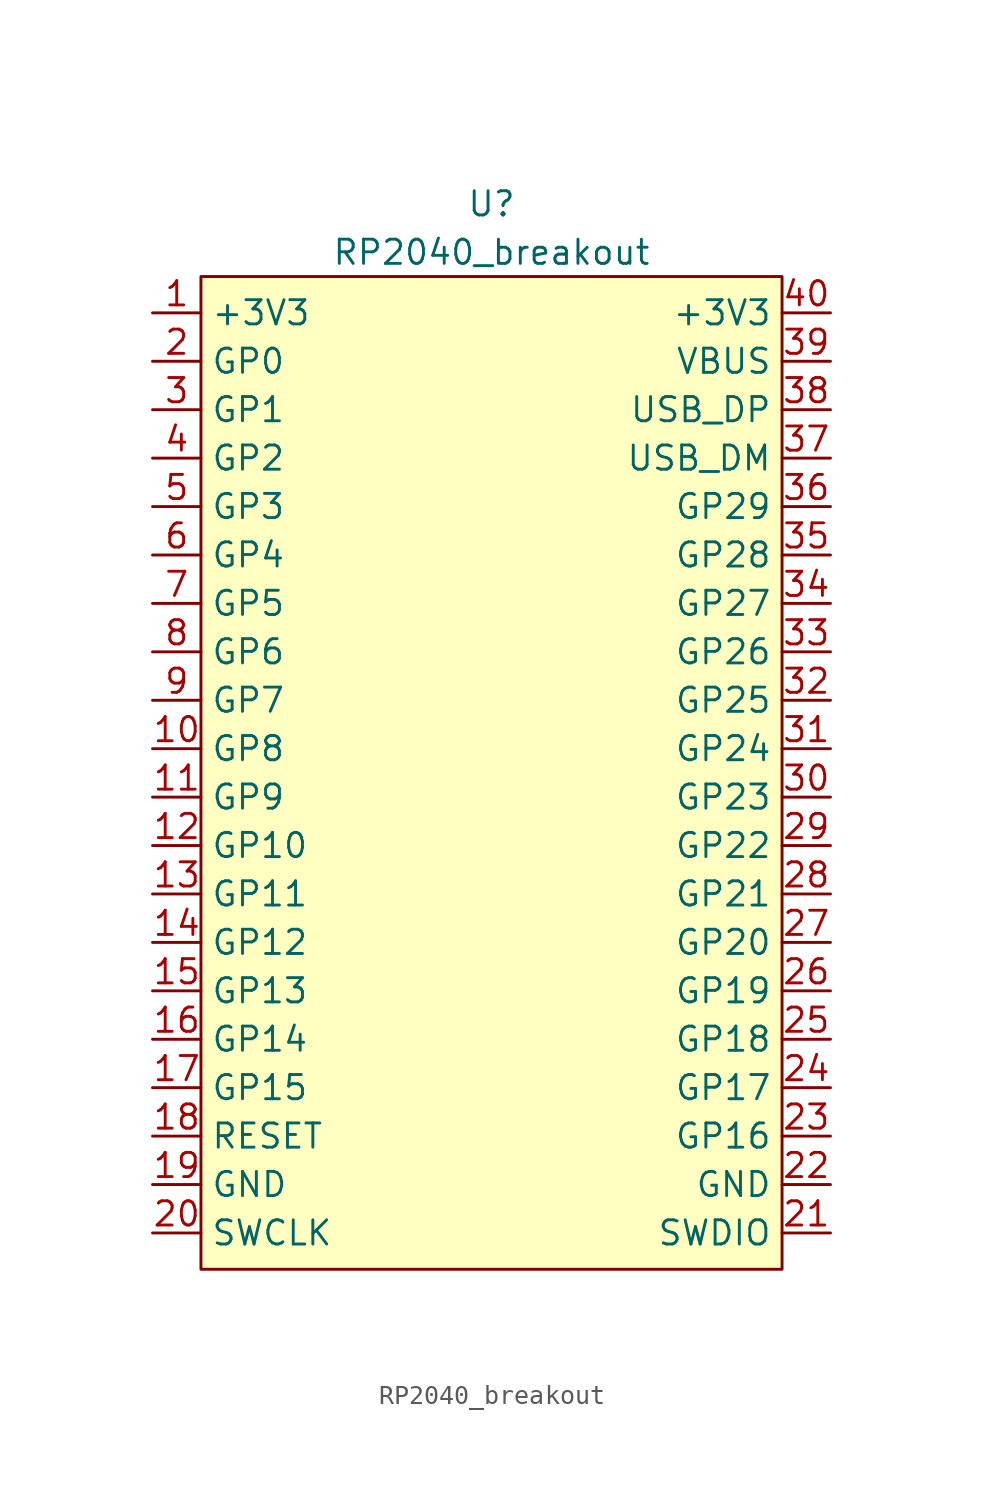
<source format=kicad_sym>
(kicad_symbol_lib
  (version 20211014)
  (generator kicad_symbol_editor)
  (symbol "RP2040_breakout"
    (property "Reference" "U"
      (at 0 34.925 0)
      (effects (font (size 1.27 1.27))))
    (property "Value" "RP2040_breakout"
      (at 0 32.385 0)
      (effects (font (size 1.27 1.27))))
    (symbol "RP2040_breakout_0_1"
      (rectangle (start -15.24 31.115) (end 15.24 -20.955) (stroke (width 0) (type default) (color 0 0 0 0)) (fill (type background))))
    (symbol "RP2040_breakout_1_1"
      (pin power_in line (at -17.78 29.21 0) (length 2.54) (name "+3V3" (effects (font (size 1.27 1.27)))) (number "1" (effects (font (size 1.27 1.27)))))
      (pin bidirectional line (at -17.78 6.35 0) (length 2.54) (name "GP8" (effects (font (size 1.27 1.27)))) (number "10" (effects (font (size 1.27 1.27)))))
      (pin bidirectional line (at -17.78 3.81 0) (length 2.54) (name "GP9" (effects (font (size 1.27 1.27)))) (number "11" (effects (font (size 1.27 1.27)))))
      (pin bidirectional line (at -17.78 1.27 0) (length 2.54) (name "GP10" (effects (font (size 1.27 1.27)))) (number "12" (effects (font (size 1.27 1.27)))))
      (pin bidirectional line (at -17.78 -1.27 0) (length 2.54) (name "GP11" (effects (font (size 1.27 1.27)))) (number "13" (effects (font (size 1.27 1.27)))))
      (pin bidirectional line (at -17.78 -3.81 0) (length 2.54) (name "GP12" (effects (font (size 1.27 1.27)))) (number "14" (effects (font (size 1.27 1.27)))))
      (pin bidirectional line (at -17.78 -6.35 0) (length 2.54) (name "GP13" (effects (font (size 1.27 1.27)))) (number "15" (effects (font (size 1.27 1.27)))))
      (pin bidirectional line (at -17.78 -8.89 0) (length 2.54) (name "GP14" (effects (font (size 1.27 1.27)))) (number "16" (effects (font (size 1.27 1.27)))))
      (pin bidirectional line (at -17.78 -11.43 0) (length 2.54) (name "GP15" (effects (font (size 1.27 1.27)))) (number "17" (effects (font (size 1.27 1.27)))))
      (pin input line (at -17.78 -13.97 0) (length 2.54) (name "RESET" (effects (font (size 1.27 1.27)))) (number "18" (effects (font (size 1.27 1.27)))))
      (pin power_in line (at -17.78 -16.51 0) (length 2.54) (name "GND" (effects (font (size 1.27 1.27)))) (number "19" (effects (font (size 1.27 1.27)))))
      (pin bidirectional line (at -17.78 26.67 0) (length 2.54) (name "GP0" (effects (font (size 1.27 1.27)))) (number "2" (effects (font (size 1.27 1.27)))))
      (pin input line (at -17.78 -19.05 0) (length 2.54) (name "SWCLK" (effects (font (size 1.27 1.27)))) (number "20" (effects (font (size 1.27 1.27)))))
      (pin bidirectional line (at 17.78 -19.05 180) (length 2.54) (name "SWDIO" (effects (font (size 1.27 1.27)))) (number "21" (effects (font (size 1.27 1.27)))))
      (pin power_in line (at 17.78 -16.51 180) (length 2.54) (name "GND" (effects (font (size 1.27 1.27)))) (number "22" (effects (font (size 1.27 1.27)))))
      (pin bidirectional line (at 17.78 -13.97 180) (length 2.54) (name "GP16" (effects (font (size 1.27 1.27)))) (number "23" (effects (font (size 1.27 1.27)))))
      (pin bidirectional line (at 17.78 -11.43 180) (length 2.54) (name "GP17" (effects (font (size 1.27 1.27)))) (number "24" (effects (font (size 1.27 1.27)))))
      (pin bidirectional line (at 17.78 -8.89 180) (length 2.54) (name "GP18" (effects (font (size 1.27 1.27)))) (number "25" (effects (font (size 1.27 1.27)))))
      (pin bidirectional line (at 17.78 -6.35 180) (length 2.54) (name "GP19" (effects (font (size 1.27 1.27)))) (number "26" (effects (font (size 1.27 1.27)))))
      (pin bidirectional line (at 17.78 -3.81 180) (length 2.54) (name "GP20" (effects (font (size 1.27 1.27)))) (number "27" (effects (font (size 1.27 1.27)))))
      (pin bidirectional line (at 17.78 -1.27 180) (length 2.54) (name "GP21" (effects (font (size 1.27 1.27)))) (number "28" (effects (font (size 1.27 1.27)))))
      (pin bidirectional line (at 17.78 1.27 180) (length 2.54) (name "GP22" (effects (font (size 1.27 1.27)))) (number "29" (effects (font (size 1.27 1.27)))))
      (pin bidirectional line (at -17.78 24.13 0) (length 2.54) (name "GP1" (effects (font (size 1.27 1.27)))) (number "3" (effects (font (size 1.27 1.27)))))
      (pin bidirectional line (at 17.78 3.81 180) (length 2.54) (name "GP23" (effects (font (size 1.27 1.27)))) (number "30" (effects (font (size 1.27 1.27)))))
      (pin bidirectional line (at 17.78 6.35 180) (length 2.54) (name "GP24" (effects (font (size 1.27 1.27)))) (number "31" (effects (font (size 1.27 1.27)))))
      (pin bidirectional line (at 17.78 8.89 180) (length 2.54) (name "GP25" (effects (font (size 1.27 1.27)))) (number "32" (effects (font (size 1.27 1.27)))))
      (pin bidirectional line (at 17.78 11.43 180) (length 2.54) (name "GP26" (effects (font (size 1.27 1.27)))) (number "33" (effects (font (size 1.27 1.27)))))
      (pin bidirectional line (at 17.78 13.97 180) (length 2.54) (name "GP27" (effects (font (size 1.27 1.27)))) (number "34" (effects (font (size 1.27 1.27)))))
      (pin bidirectional line (at 17.78 16.51 180) (length 2.54) (name "GP28" (effects (font (size 1.27 1.27)))) (number "35" (effects (font (size 1.27 1.27)))))
      (pin bidirectional line (at 17.78 19.05 180) (length 2.54) (name "GP29" (effects (font (size 1.27 1.27)))) (number "36" (effects (font (size 1.27 1.27)))))
      (pin bidirectional line (at 17.78 21.59 180) (length 2.54) (name "USB_DM" (effects (font (size 1.27 1.27)))) (number "37" (effects (font (size 1.27 1.27)))))
      (pin bidirectional line (at 17.78 24.13 180) (length 2.54) (name "USB_DP" (effects (font (size 1.27 1.27)))) (number "38" (effects (font (size 1.27 1.27)))))
      (pin power_in line (at 17.78 26.67 180) (length 2.54) (name "VBUS" (effects (font (size 1.27 1.27)))) (number "39" (effects (font (size 1.27 1.27)))))
      (pin bidirectional line (at -17.78 21.59 0) (length 2.54) (name "GP2" (effects (font (size 1.27 1.27)))) (number "4" (effects (font (size 1.27 1.27)))))
      (pin power_in line (at 17.78 29.21 180) (length 2.54) (name "+3V3" (effects (font (size 1.27 1.27)))) (number "40" (effects (font (size 1.27 1.27)))))
      (pin bidirectional line (at -17.78 19.05 0) (length 2.54) (name "GP3" (effects (font (size 1.27 1.27)))) (number "5" (effects (font (size 1.27 1.27)))))
      (pin bidirectional line (at -17.78 16.51 0) (length 2.54) (name "GP4" (effects (font (size 1.27 1.27)))) (number "6" (effects (font (size 1.27 1.27)))))
      (pin bidirectional line (at -17.78 13.97 0) (length 2.54) (name "GP5" (effects (font (size 1.27 1.27)))) (number "7" (effects (font (size 1.27 1.27)))))
      (pin bidirectional line (at -17.78 11.43 0) (length 2.54) (name "GP6" (effects (font (size 1.27 1.27)))) (number "8" (effects (font (size 1.27 1.27)))))
      (pin bidirectional line (at -17.78 8.89 0) (length 2.54) (name "GP7" (effects (font (size 1.27 1.27)))) (number "9" (effects (font (size 1.27 1.27))))))))
</source>
